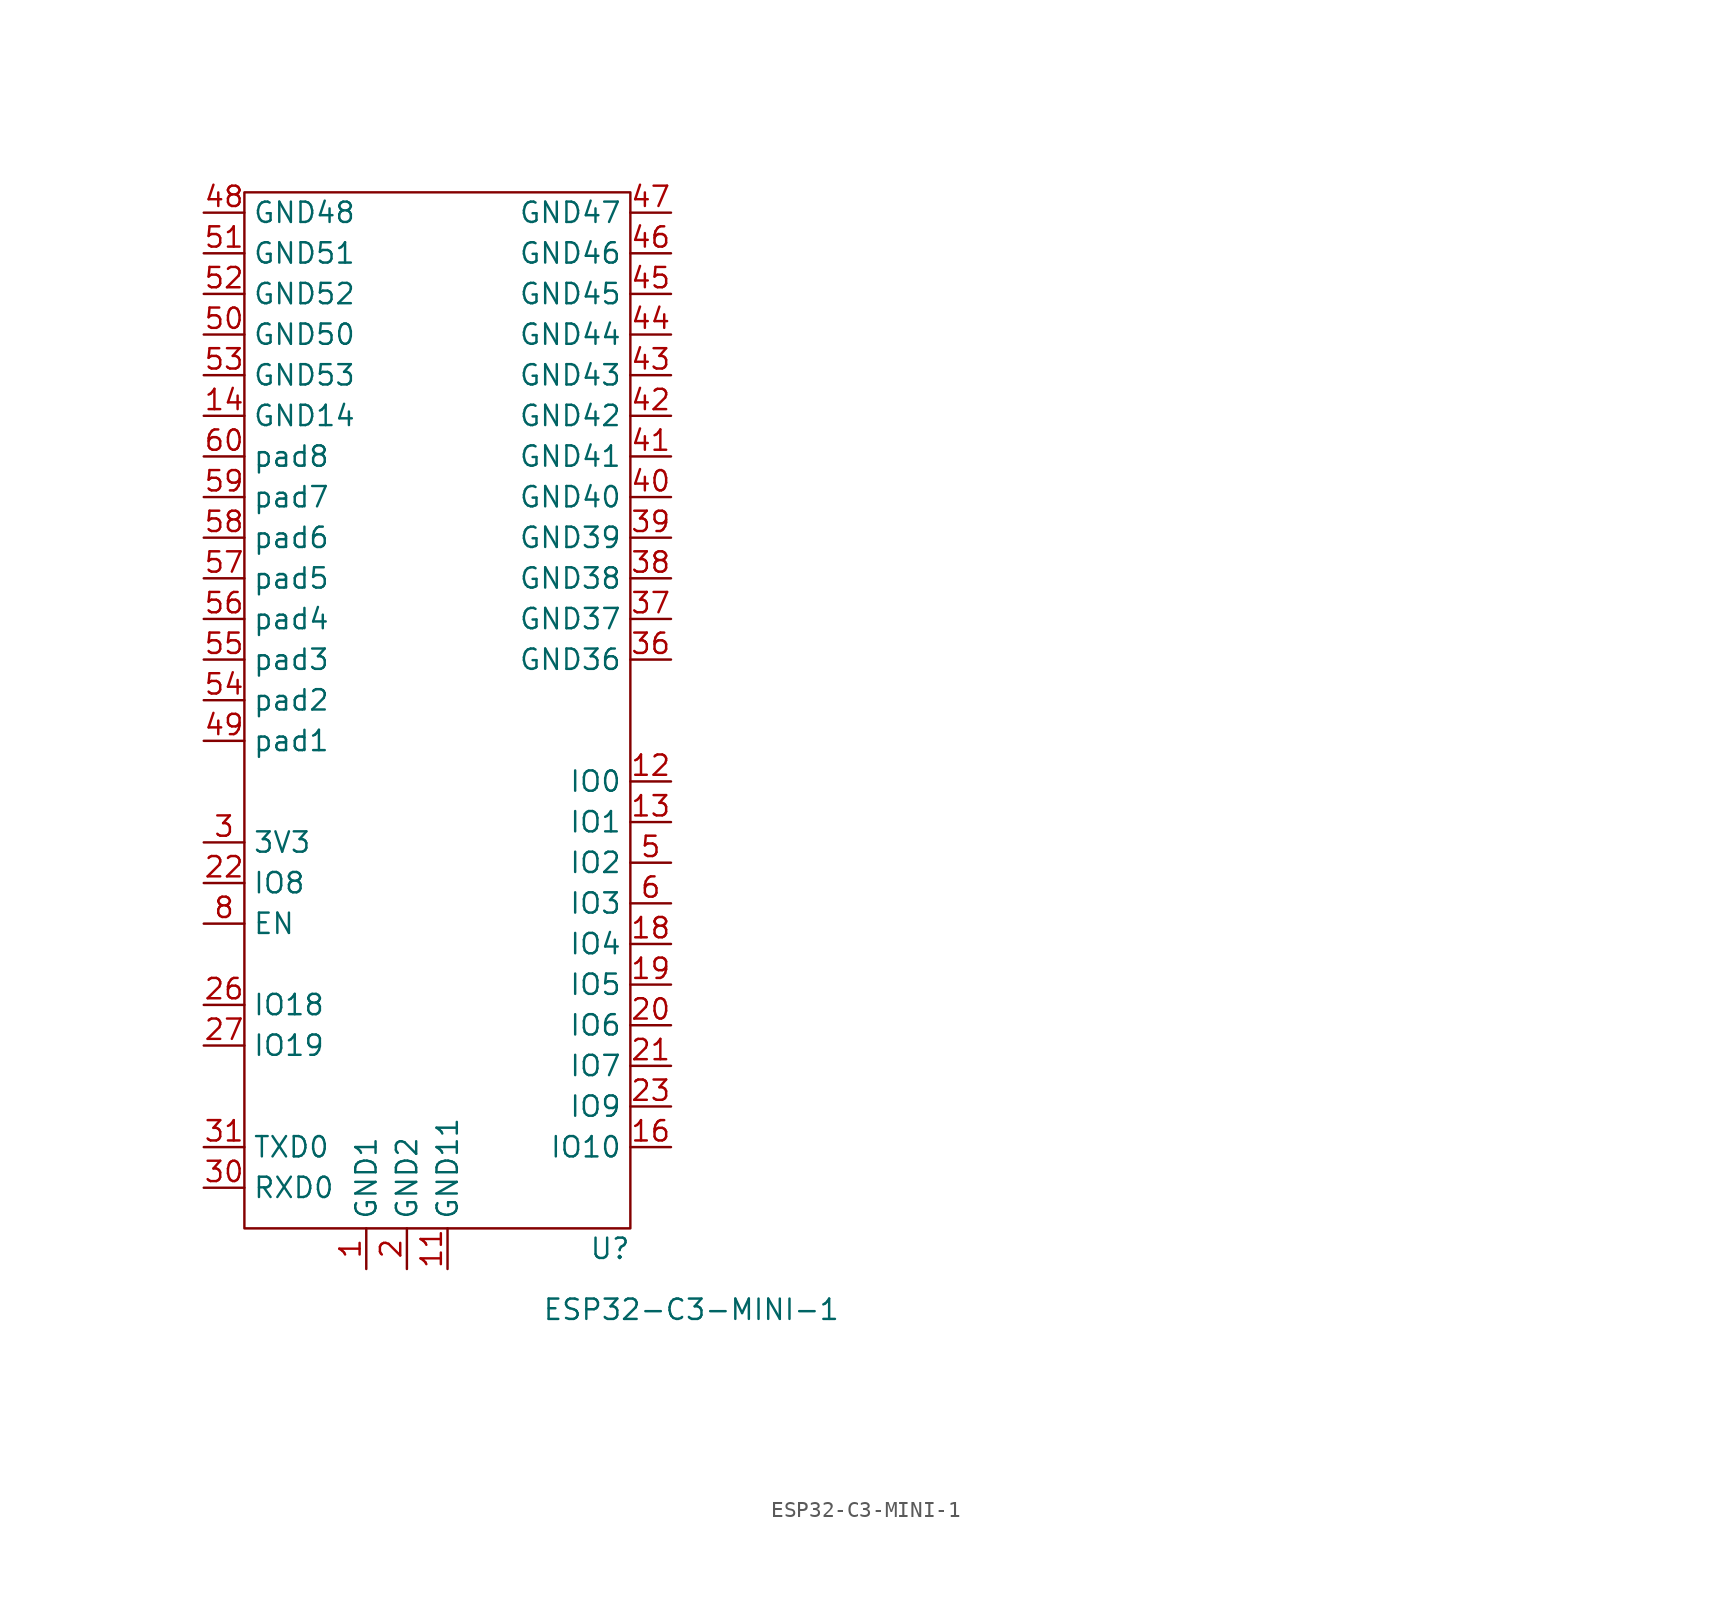
<source format=kicad_sym>
(kicad_symbol_lib
  (version 20201005)
  (generator kicad_symbol_editor)
  (symbol "precise:ESP32-C3-MINI-1"
    (property "Reference" "U"
      (at 10.16 -17.78 0)
      (effects (font (size 1.27 1.27))))
    (property "Value" "ESP32-C3-MINI-1"
      (at 15.24 -21.59 0)
      (effects (font (size 1.27 1.27))))
    (symbol "ESP32-C3-MINI-1_0_0"
      (text "" (at 6.35 -25.4 0) (effects (font (size 1.27 1.27))))
      (text "" (at 16.51 2.54 0) (effects (font (size 1.27 1.27))))
      (pin power_out line (at 0 -19.05 90) (length 2.54) (name "GND11" (effects (font (size 1.27 1.27)))) (number "11" (effects (font (size 1.27 1.27)))))
      (pin power_out line (at -15.24 34.29 0) (length 2.54) (name "GND14" (effects (font (size 1.27 1.27)))) (number "14" (effects (font (size 1.27 1.27)))))
      (pin power_out line (at -2.54 -19.05 90) (length 2.54) (name "GND2" (effects (font (size 1.27 1.27)))) (number "2" (effects (font (size 1.27 1.27)))))
      (pin power_out line (at 13.97 19.05 180) (length 2.54) (name "GND36" (effects (font (size 1.27 1.27)))) (number "36" (effects (font (size 1.27 1.27)))))
      (pin power_out line (at 13.97 21.59 180) (length 2.54) (name "GND37" (effects (font (size 1.27 1.27)))) (number "37" (effects (font (size 1.27 1.27)))))
      (pin power_out line (at 13.97 24.13 180) (length 2.54) (name "GND38" (effects (font (size 1.27 1.27)))) (number "38" (effects (font (size 1.27 1.27)))))
      (pin power_out line (at 13.97 26.67 180) (length 2.54) (name "GND39" (effects (font (size 1.27 1.27)))) (number "39" (effects (font (size 1.27 1.27)))))
      (pin power_out line (at 13.97 29.21 180) (length 2.54) (name "GND40" (effects (font (size 1.27 1.27)))) (number "40" (effects (font (size 1.27 1.27)))))
      (pin power_out line (at 13.97 31.75 180) (length 2.54) (name "GND41" (effects (font (size 1.27 1.27)))) (number "41" (effects (font (size 1.27 1.27)))))
      (pin power_out line (at 13.97 34.29 180) (length 2.54) (name "GND42" (effects (font (size 1.27 1.27)))) (number "42" (effects (font (size 1.27 1.27)))))
      (pin power_out line (at 13.97 36.83 180) (length 2.54) (name "GND43" (effects (font (size 1.27 1.27)))) (number "43" (effects (font (size 1.27 1.27)))))
      (pin power_out line (at 13.97 39.37 180) (length 2.54) (name "GND44" (effects (font (size 1.27 1.27)))) (number "44" (effects (font (size 1.27 1.27)))))
      (pin power_out line (at 13.97 41.91 180) (length 2.54) (name "GND45" (effects (font (size 1.27 1.27)))) (number "45" (effects (font (size 1.27 1.27)))))
      (pin power_out line (at 13.97 44.45 180) (length 2.54) (name "GND46" (effects (font (size 1.27 1.27)))) (number "46" (effects (font (size 1.27 1.27)))))
      (pin power_out line (at 13.97 46.99 180) (length 2.54) (name "GND47" (effects (font (size 1.27 1.27)))) (number "47" (effects (font (size 1.27 1.27)))))
      (pin power_out line (at -15.24 46.99 0) (length 2.54) (name "GND48" (effects (font (size 1.27 1.27)))) (number "48" (effects (font (size 1.27 1.27)))))
      (pin power_out line (at -15.24 13.97 0) (length 2.54) (name "pad1" (effects (font (size 1.27 1.27)))) (number "49" (effects (font (size 1.27 1.27)))))
      (pin power_out line (at -15.24 39.37 0) (length 2.54) (name "GND50" (effects (font (size 1.27 1.27)))) (number "50" (effects (font (size 1.27 1.27)))))
      (pin power_out line (at -15.24 44.45 0) (length 2.54) (name "GND51" (effects (font (size 1.27 1.27)))) (number "51" (effects (font (size 1.27 1.27)))))
      (pin power_out line (at -15.24 41.91 0) (length 2.54) (name "GND52" (effects (font (size 1.27 1.27)))) (number "52" (effects (font (size 1.27 1.27)))))
      (pin power_out line (at -15.24 36.83 0) (length 2.54) (name "GND53" (effects (font (size 1.27 1.27)))) (number "53" (effects (font (size 1.27 1.27)))))
      (pin power_out line (at -15.24 16.51 0) (length 2.54) (name "pad2" (effects (font (size 1.27 1.27)))) (number "54" (effects (font (size 1.27 1.27)))))
      (pin power_out line (at -15.24 19.05 0) (length 2.54) (name "pad3" (effects (font (size 1.27 1.27)))) (number "55" (effects (font (size 1.27 1.27)))))
      (pin power_out line (at -15.24 21.59 0) (length 2.54) (name "pad4" (effects (font (size 1.27 1.27)))) (number "56" (effects (font (size 1.27 1.27)))))
      (pin power_out line (at -15.24 24.13 0) (length 2.54) (name "pad5" (effects (font (size 1.27 1.27)))) (number "57" (effects (font (size 1.27 1.27)))))
      (pin power_out line (at -15.24 26.67 0) (length 2.54) (name "pad6" (effects (font (size 1.27 1.27)))) (number "58" (effects (font (size 1.27 1.27)))))
      (pin power_out line (at -15.24 29.21 0) (length 2.54) (name "pad7" (effects (font (size 1.27 1.27)))) (number "59" (effects (font (size 1.27 1.27)))))
      (pin power_out line (at -15.24 31.75 0) (length 2.54) (name "pad8" (effects (font (size 1.27 1.27)))) (number "60" (effects (font (size 1.27 1.27))))))
    (symbol "ESP32-C3-MINI-1_0_1"
      (rectangle (start -12.7 48.26) (end 11.43 -16.51) (stroke (width 0.152)) (fill (type none))))
    (symbol "ESP32-C3-MINI-1_1_1"
      (pin power_out line (at -5.08 -19.05 90) (length 2.54) (name "GND1" (effects (font (size 1.27 1.27)))) (number "1" (effects (font (size 1.27 1.27)))))
      (pin no_connect line (at 52.07 20.955 270) (length 2.54) hide (name "NC10" (effects (font (size 1.27 1.27)))) (number "10" (effects (font (size 1.27 1.27)))))
      (pin input line (at 13.97 11.43 180) (length 2.54) (name "IO0" (effects (font (size 1.27 1.27)))) (number "12" (effects (font (size 1.27 1.27)))))
      (pin input line (at 13.97 8.89 180) (length 2.54) (name "IO1" (effects (font (size 1.27 1.27)))) (number "13" (effects (font (size 1.27 1.27)))))
      (pin no_connect line (at 53.975 20.955 270) (length 2.54) hide (name "NC15" (effects (font (size 1.27 1.27)))) (number "15" (effects (font (size 1.27 1.27)))))
      (pin input line (at 13.97 -11.43 180) (length 2.54) (name "IO10" (effects (font (size 1.27 1.27)))) (number "16" (effects (font (size 1.27 1.27)))))
      (pin no_connect line (at 55.88 20.955 270) (length 2.54) hide (name "NC17" (effects (font (size 1.27 1.27)))) (number "17" (effects (font (size 1.27 1.27)))))
      (pin input line (at 13.97 1.27 180) (length 2.54) (name "IO4" (effects (font (size 1.27 1.27)))) (number "18" (effects (font (size 1.27 1.27)))))
      (pin input line (at 13.97 -1.27 180) (length 2.54) (name "IO5" (effects (font (size 1.27 1.27)))) (number "19" (effects (font (size 1.27 1.27)))))
      (pin input line (at 13.97 -3.81 180) (length 2.54) (name "IO6" (effects (font (size 1.27 1.27)))) (number "20" (effects (font (size 1.27 1.27)))))
      (pin input line (at 13.97 -6.35 180) (length 2.54) (name "IO7" (effects (font (size 1.27 1.27)))) (number "21" (effects (font (size 1.27 1.27)))))
      (pin input line (at -15.24 5.08 0) (length 2.54) (name "IO8" (effects (font (size 1.27 1.27)))) (number "22" (effects (font (size 1.27 1.27)))))
      (pin input line (at 13.97 -8.89 180) (length 2.54) (name "IO9" (effects (font (size 1.27 1.27)))) (number "23" (effects (font (size 1.27 1.27)))))
      (pin no_connect line (at 54.61 20.955 270) (length 2.54) hide (name "NC24" (effects (font (size 1.27 1.27)))) (number "24" (effects (font (size 1.27 1.27)))))
      (pin no_connect line (at 56.515 20.955 270) (length 2.54) hide (name "NC25" (effects (font (size 1.27 1.27)))) (number "25" (effects (font (size 1.27 1.27)))))
      (pin input line (at -15.24 -2.54 0) (length 2.54) (name "IO18" (effects (font (size 1.27 1.27)))) (number "26" (effects (font (size 1.27 1.27)))))
      (pin input line (at -15.24 -5.08 0) (length 2.54) (name "IO19" (effects (font (size 1.27 1.27)))) (number "27" (effects (font (size 1.27 1.27)))))
      (pin no_connect line (at 58.42 20.955 270) (length 2.54) hide (name "NC28" (effects (font (size 1.27 1.27)))) (number "28" (effects (font (size 1.27 1.27)))))
      (pin no_connect line (at 60.325 20.955 270) (length 2.54) hide (name "NC29" (effects (font (size 1.27 1.27)))) (number "29" (effects (font (size 1.27 1.27)))))
      (pin power_in line (at -15.24 7.62 0) (length 2.54) (name "3V3" (effects (font (size 1.27 1.27)))) (number "3" (effects (font (size 1.27 1.27)))))
      (pin input line (at -15.24 -13.97 0) (length 2.54) (name "RXD0" (effects (font (size 1.27 1.27)))) (number "30" (effects (font (size 1.27 1.27)))))
      (pin output line (at -15.24 -11.43 0) (length 2.54) (name "TXD0" (effects (font (size 1.27 1.27)))) (number "31" (effects (font (size 1.27 1.27)))))
      (pin no_connect line (at 62.23 20.955 270) (length 2.54) hide (name "NC32" (effects (font (size 1.27 1.27)))) (number "32" (effects (font (size 1.27 1.27)))))
      (pin no_connect line (at 64.135 20.955 270) (length 2.54) hide (name "NC33" (effects (font (size 1.27 1.27)))) (number "33" (effects (font (size 1.27 1.27)))))
      (pin no_connect line (at 66.04 20.955 270) (length 2.54) hide (name "NC34" (effects (font (size 1.27 1.27)))) (number "34" (effects (font (size 1.27 1.27)))))
      (pin no_connect line (at 67.945 20.955 270) (length 2.54) hide (name "NC35" (effects (font (size 1.27 1.27)))) (number "35" (effects (font (size 1.27 1.27)))))
      (pin no_connect line (at 46.355 20.955 270) (length 2.54) hide (name "NC4" (effects (font (size 1.27 1.27)))) (number "4" (effects (font (size 1.27 1.27)))))
      (pin input line (at 13.97 6.35 180) (length 2.54) (name "IO2" (effects (font (size 1.27 1.27)))) (number "5" (effects (font (size 1.27 1.27)))))
      (pin input line (at 13.97 3.81 180) (length 2.54) (name "IO3" (effects (font (size 1.27 1.27)))) (number "6" (effects (font (size 1.27 1.27)))))
      (pin no_connect line (at 48.26 20.955 270) (length 2.54) hide (name "NC7" (effects (font (size 1.27 1.27)))) (number "7" (effects (font (size 1.27 1.27)))))
      (pin input line (at -15.24 2.54 0) (length 2.54) (name "EN" (effects (font (size 1.27 1.27)))) (number "8" (effects (font (size 1.27 1.27)))))
      (pin no_connect line (at 50.165 20.955 270) (length 2.54) hide (name "NC9" (effects (font (size 1.27 1.27)))) (number "9" (effects (font (size 1.27 1.27))))))))
</source>
